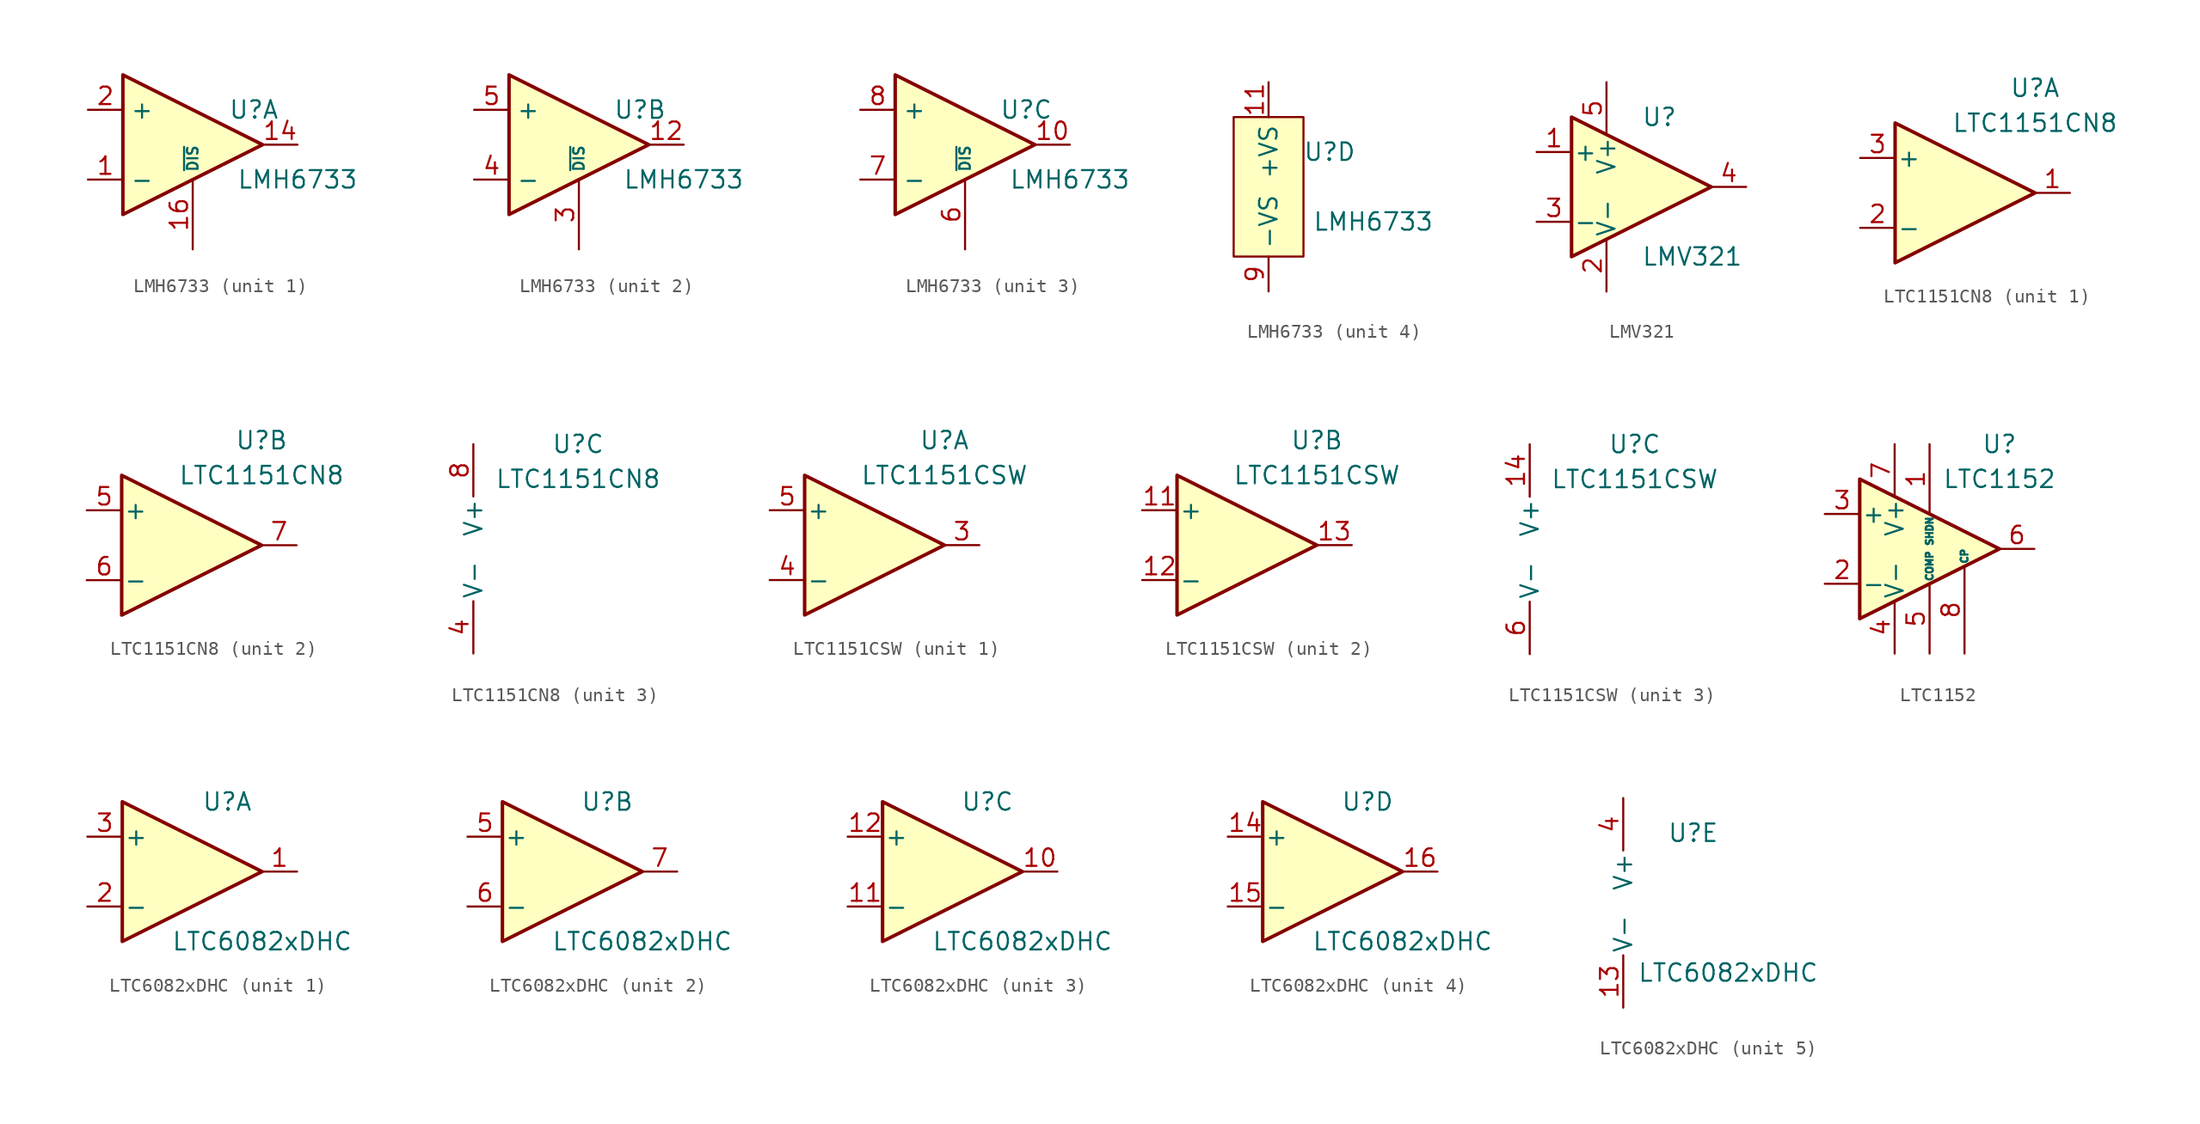
<source format=kicad_sym>
(kicad_symbol_lib
  (version 20241209)
  (generator "kicad_symbol_editor")
  (generator_version "9.0")
  (symbol "LMH6733"
    (property "Reference" "U"
      (at 4.445 2.54 0)
      (effects (font (size 1.27 1.27))))
    (property "Value" "LMH6733"
      (at 7.62 -2.54 0)
      (effects (font (size 1.27 1.27))))
    (symbol "LMH6733_1_1"
      (polyline (pts (xy -5.08 5.08) (xy 5.08 0) (xy -5.08 -5.08) (xy -5.08 5.08)) (stroke (width 0.254) (type default)) (fill (type background)))
      (pin input line (at -7.62 2.54 0) (length 2.54) (name "+" (effects (font (size 1.27 1.27)))) (number "2" (effects (font (size 1.27 1.27)))))
      (pin input line (at -7.62 -2.54 0) (length 2.54) (name "-" (effects (font (size 1.27 1.27)))) (number "1" (effects (font (size 1.27 1.27)))))
      (pin input line (at 0 -7.62 90) (length 5.08) (name "~{DIS}" (effects (font (size 0.762 0.762)))) (number "16" (effects (font (size 1.27 1.27)))))
      (pin output line (at 7.62 0 180) (length 2.54) (name "" (effects (font (size 1 1)))) (number "14" (effects (font (size 1.27 1.27))))))
    (symbol "LMH6733_2_1"
      (polyline (pts (xy -5.08 5.08) (xy 5.08 0) (xy -5.08 -5.08) (xy -5.08 5.08)) (stroke (width 0.254) (type default)) (fill (type background)))
      (pin input line (at -7.62 2.54 0) (length 2.54) (name "+" (effects (font (size 1.27 1.27)))) (number "5" (effects (font (size 1.27 1.27)))))
      (pin input line (at -7.62 -2.54 0) (length 2.54) (name "-" (effects (font (size 1.27 1.27)))) (number "4" (effects (font (size 1.27 1.27)))))
      (pin input line (at 0 -7.62 90) (length 5.08) (name "~{DIS}" (effects (font (size 0.762 0.762)))) (number "3" (effects (font (size 1.27 1.27)))))
      (pin output line (at 7.62 0 180) (length 2.54) (name "" (effects (font (size 1 1)))) (number "12" (effects (font (size 1.27 1.27))))))
    (symbol "LMH6733_3_1"
      (polyline (pts (xy -5.08 5.08) (xy 5.08 0) (xy -5.08 -5.08) (xy -5.08 5.08)) (stroke (width 0.254) (type default)) (fill (type background)))
      (pin input line (at -7.62 2.54 0) (length 2.54) (name "+" (effects (font (size 1.27 1.27)))) (number "8" (effects (font (size 1.27 1.27)))))
      (pin input line (at -7.62 -2.54 0) (length 2.54) (name "-" (effects (font (size 1.27 1.27)))) (number "7" (effects (font (size 1.27 1.27)))))
      (pin input line (at 0 -7.62 90) (length 5.08) (name "~{DIS}" (effects (font (size 0.762 0.762)))) (number "6" (effects (font (size 1.27 1.27)))))
      (pin output line (at 7.62 0 180) (length 2.54) (name "" (effects (font (size 1 1)))) (number "10" (effects (font (size 1.27 1.27))))))
    (symbol "LMH6733_4_1"
      (rectangle (start -2.54 5.08) (end 2.54 -5.08) (stroke (width 0) (type default)) (fill (type background)))
      (pin power_in line (at 0 7.62 270) (length 2.54) (name "+VS" (effects (font (size 1.27 1.27)))) (number "11" (effects (font (size 1.27 1.27)))))
      (pin passive line (at 0 7.62 270) (length 2.54) (hide yes) (name "+VS" (effects (font (size 1.27 1.27)))) (number "15" (effects (font (size 1.27 1.27)))))
      (pin passive line (at 0 -7.62 90) (length 2.54) (hide yes) (name "-VS" (effects (font (size 1.27 1.27)))) (number "13" (effects (font (size 1.27 1.27)))))
      (pin power_in line (at 0 -7.62 90) (length 2.54) (name "-VS" (effects (font (size 1.27 1.27)))) (number "9" (effects (font (size 1.27 1.27)))))))
  (symbol "LMV321"
    (pin_names
      (offset 0.127))
    (property "Reference" "U"
      (at 0 5.08 0)
      (effects (font (size 1.27 1.27)) (justify left)))
    (property "Value" "LMV321"
      (at 0 -5.08 0)
      (effects (font (size 1.27 1.27)) (justify left)))
    (symbol "LMV321_0_1"
      (polyline (pts (xy -5.08 5.08) (xy 5.08 0) (xy -5.08 -5.08) (xy -5.08 5.08)) (stroke (width 0.254) (type default)) (fill (type background)))
      (pin power_in line (at -2.54 7.62 270) (length 3.81) (name "V+" (effects (font (size 1.27 1.27)))) (number "5" (effects (font (size 1.27 1.27)))))
      (pin power_in line (at -2.54 -7.62 90) (length 3.81) (name "V-" (effects (font (size 1.27 1.27)))) (number "2" (effects (font (size 1.27 1.27))))))
    (symbol "LMV321_1_1"
      (pin input line (at -7.62 2.54 0) (length 2.54) (name "+" (effects (font (size 1.27 1.27)))) (number "1" (effects (font (size 1.27 1.27)))))
      (pin input line (at -7.62 -2.54 0) (length 2.54) (name "-" (effects (font (size 1.27 1.27)))) (number "3" (effects (font (size 1.27 1.27)))))
      (pin output line (at 7.62 0 180) (length 2.54) (name "~" (effects (font (size 1.27 1.27)))) (number "4" (effects (font (size 1.27 1.27)))))))
  (symbol "LTC1151CN8"
    (pin_names
      (offset 0.127))
    (property "Reference" "U"
      (at 5.08 7.62 0)
      (effects (font (size 1.27 1.27))))
    (property "Value" "LTC1151CN8"
      (at 5.08 5.08 0)
      (effects (font (size 1.27 1.27))))
    (property "ki_locked" ""
      (at 0 0 0)
      (effects (font (size 1.27 1.27))))
    (symbol "LTC1151CN8_1_1"
      (polyline (pts (xy -5.08 5.08) (xy -5.08 -5.08) (xy 5.08 0) (xy -5.08 5.08)) (stroke (width 0.254) (type default)) (fill (type background)))
      (pin input line (at -7.62 2.54 0) (length 2.54) (name "+" (effects (font (size 1.27 1.27)))) (number "3" (effects (font (size 1.27 1.27)))))
      (pin input line (at -7.62 -2.54 0) (length 2.54) (name "-" (effects (font (size 1.27 1.27)))) (number "2" (effects (font (size 1.27 1.27)))))
      (pin output line (at 7.62 0 180) (length 2.54) (name "~" (effects (font (size 1.27 1.27)))) (number "1" (effects (font (size 1.27 1.27))))))
    (symbol "LTC1151CN8_2_1"
      (polyline (pts (xy -5.08 5.08) (xy -5.08 -5.08) (xy 5.08 0) (xy -5.08 5.08)) (stroke (width 0.254) (type default)) (fill (type background)))
      (pin input line (at -7.62 2.54 0) (length 2.54) (name "+" (effects (font (size 1.27 1.27)))) (number "5" (effects (font (size 1.27 1.27)))))
      (pin input line (at -7.62 -2.54 0) (length 2.54) (name "-" (effects (font (size 1.27 1.27)))) (number "6" (effects (font (size 1.27 1.27)))))
      (pin output line (at 7.62 0 180) (length 2.54) (name "~" (effects (font (size 1.27 1.27)))) (number "7" (effects (font (size 1.27 1.27))))))
    (symbol "LTC1151CN8_3_1"
      (pin power_in line (at -2.54 7.62 270) (length 3.81) (name "V+" (effects (font (size 1.27 1.27)))) (number "8" (effects (font (size 1.27 1.27)))))
      (pin power_in line (at -2.54 -7.62 90) (length 3.81) (name "V-" (effects (font (size 1.27 1.27)))) (number "4" (effects (font (size 1.27 1.27)))))))
  (symbol "LTC1151CSW"
    (pin_names
      (offset 0.127))
    (property "Reference" "U"
      (at 5.08 7.62 0)
      (effects (font (size 1.27 1.27))))
    (property "Value" "LTC1151CSW"
      (at 5.08 5.08 0)
      (effects (font (size 1.27 1.27))))
    (property "ki_locked" ""
      (at 0 0 0)
      (effects (font (size 1.27 1.27))))
    (symbol "LTC1151CSW_1_1"
      (polyline (pts (xy -5.08 5.08) (xy -5.08 -5.08) (xy 5.08 0) (xy -5.08 5.08)) (stroke (width 0.254) (type default)) (fill (type background)))
      (pin input line (at -7.62 2.54 0) (length 2.54) (name "+" (effects (font (size 1.27 1.27)))) (number "5" (effects (font (size 1.27 1.27)))))
      (pin input line (at -7.62 -2.54 0) (length 2.54) (name "-" (effects (font (size 1.27 1.27)))) (number "4" (effects (font (size 1.27 1.27)))))
      (pin no_connect line (at -2.54 2.54 270) (length 2.54) (hide yes) (name "NC" (effects (font (size 1.27 1.27)))) (number "7" (effects (font (size 1.27 1.27)))))
      (pin no_connect line (at -2.54 -2.54 90) (length 2.54) (hide yes) (name "NC" (effects (font (size 1.27 1.27)))) (number "1" (effects (font (size 1.27 1.27)))))
      (pin no_connect line (at 0 2.54 270) (length 2.54) (hide yes) (name "NC" (effects (font (size 1.27 1.27)))) (number "8" (effects (font (size 1.27 1.27)))))
      (pin no_connect line (at 0 -2.54 90) (length 2.54) (hide yes) (name "NC" (effects (font (size 1.27 1.27)))) (number "2" (effects (font (size 1.27 1.27)))))
      (pin output line (at 7.62 0 180) (length 2.54) (name "~" (effects (font (size 1.27 1.27)))) (number "3" (effects (font (size 1.27 1.27))))))
    (symbol "LTC1151CSW_2_1"
      (polyline (pts (xy -5.08 5.08) (xy -5.08 -5.08) (xy 5.08 0) (xy -5.08 5.08)) (stroke (width 0.254) (type default)) (fill (type background)))
      (pin input line (at -7.62 2.54 0) (length 2.54) (name "+" (effects (font (size 1.27 1.27)))) (number "11" (effects (font (size 1.27 1.27)))))
      (pin input line (at -7.62 -2.54 0) (length 2.54) (name "-" (effects (font (size 1.27 1.27)))) (number "12" (effects (font (size 1.27 1.27)))))
      (pin no_connect line (at -2.54 2.54 270) (length 2.54) (hide yes) (name "NC" (effects (font (size 1.27 1.27)))) (number "15" (effects (font (size 1.27 1.27)))))
      (pin no_connect line (at -2.54 -2.54 90) (length 2.54) (hide yes) (name "NC" (effects (font (size 1.27 1.27)))) (number "9" (effects (font (size 1.27 1.27)))))
      (pin no_connect line (at 0 2.54 270) (length 2.54) (hide yes) (name "NC" (effects (font (size 1.27 1.27)))) (number "16" (effects (font (size 1.27 1.27)))))
      (pin no_connect line (at 0 -2.54 90) (length 2.54) (hide yes) (name "NC" (effects (font (size 1.27 1.27)))) (number "10" (effects (font (size 1.27 1.27)))))
      (pin output line (at 7.62 0 180) (length 2.54) (name "~" (effects (font (size 1.27 1.27)))) (number "13" (effects (font (size 1.27 1.27))))))
    (symbol "LTC1151CSW_3_1"
      (pin power_in line (at -2.54 7.62 270) (length 3.81) (name "V+" (effects (font (size 1.27 1.27)))) (number "14" (effects (font (size 1.27 1.27)))))
      (pin power_in line (at -2.54 -7.62 90) (length 3.81) (name "V-" (effects (font (size 1.27 1.27)))) (number "6" (effects (font (size 1.27 1.27)))))))
  (symbol "LTC1152"
    (pin_names
      (offset 0.127))
    (property "Reference" "U"
      (at 5.08 7.62 0)
      (effects (font (size 1.27 1.27))))
    (property "Value" "LTC1152"
      (at 5.08 5.08 0)
      (effects (font (size 1.27 1.27))))
    (symbol "LTC1152_0_1"
      (polyline (pts (xy -5.08 5.08) (xy -5.08 -5.08) (xy 5.08 0) (xy -5.08 5.08)) (stroke (width 0.254) (type default)) (fill (type background))))
    (symbol "LTC1152_1_1"
      (pin input line (at -7.62 2.54 0) (length 2.54) (name "+" (effects (font (size 1.27 1.27)))) (number "3" (effects (font (size 1.27 1.27)))))
      (pin input line (at -7.62 -2.54 0) (length 2.54) (name "-" (effects (font (size 1.27 1.27)))) (number "2" (effects (font (size 1.27 1.27)))))
      (pin power_in line (at -2.54 7.62 270) (length 3.81) (name "V+" (effects (font (size 1.27 1.27)))) (number "7" (effects (font (size 1.27 1.27)))))
      (pin power_in line (at -2.54 -7.62 90) (length 3.81) (name "V-" (effects (font (size 1.27 1.27)))) (number "4" (effects (font (size 1.27 1.27)))))
      (pin input line (at 0 7.62 270) (length 5.08) (name "SHDN" (effects (font (size 0.508 0.508)))) (number "1" (effects (font (size 1.27 1.27)))))
      (pin input line (at 0 -7.62 90) (length 5.08) (name "COMP" (effects (font (size 0.508 0.508)))) (number "5" (effects (font (size 1.27 1.27)))))
      (pin output line (at 2.54 -7.62 90) (length 6.35) (name "CP" (effects (font (size 0.508 0.508)))) (number "8" (effects (font (size 1.27 1.27)))))
      (pin output line (at 7.62 0 180) (length 2.54) (name "~" (effects (font (size 1.27 1.27)))) (number "6" (effects (font (size 1.27 1.27)))))))
  (symbol "LTC6082xDHC"
    (pin_names
      (offset 0.127))
    (property "Reference" "U"
      (at 2.54 5.08 0)
      (effects (font (size 1.27 1.27))))
    (property "Value" "LTC6082xDHC"
      (at 5.08 -5.08 0)
      (effects (font (size 1.27 1.27))))
    (property "ki_locked" ""
      (at 0 0 0)
      (effects (font (size 1.27 1.27))))
    (symbol "LTC6082xDHC_1_1"
      (polyline (pts (xy -5.08 5.08) (xy 5.08 0) (xy -5.08 -5.08) (xy -5.08 5.08)) (stroke (width 0.254) (type default)) (fill (type background)))
      (pin input line (at -7.62 2.54 0) (length 2.54) (name "+" (effects (font (size 1.27 1.27)))) (number "3" (effects (font (size 1.27 1.27)))))
      (pin input line (at -7.62 -2.54 0) (length 2.54) (name "-" (effects (font (size 1.27 1.27)))) (number "2" (effects (font (size 1.27 1.27)))))
      (pin no_connect line (at -2.54 -2.54 90) (length 2.54) (hide yes) (name "NC" (effects (font (size 1.27 1.27)))) (number "8" (effects (font (size 1.27 1.27)))))
      (pin no_connect line (at 0 -2.54 90) (length 2.54) (hide yes) (name "NC" (effects (font (size 1.27 1.27)))) (number "9" (effects (font (size 1.27 1.27)))))
      (pin output line (at 7.62 0 180) (length 2.54) (name "~" (effects (font (size 1.27 1.27)))) (number "1" (effects (font (size 1.27 1.27))))))
    (symbol "LTC6082xDHC_2_1"
      (polyline (pts (xy -5.08 5.08) (xy 5.08 0) (xy -5.08 -5.08) (xy -5.08 5.08)) (stroke (width 0.254) (type default)) (fill (type background)))
      (pin input line (at -7.62 2.54 0) (length 2.54) (name "+" (effects (font (size 1.27 1.27)))) (number "5" (effects (font (size 1.27 1.27)))))
      (pin input line (at -7.62 -2.54 0) (length 2.54) (name "-" (effects (font (size 1.27 1.27)))) (number "6" (effects (font (size 1.27 1.27)))))
      (pin output line (at 7.62 0 180) (length 2.54) (name "~" (effects (font (size 1.27 1.27)))) (number "7" (effects (font (size 1.27 1.27))))))
    (symbol "LTC6082xDHC_3_1"
      (polyline (pts (xy -5.08 5.08) (xy 5.08 0) (xy -5.08 -5.08) (xy -5.08 5.08)) (stroke (width 0.254) (type default)) (fill (type background)))
      (pin input line (at -7.62 2.54 0) (length 2.54) (name "+" (effects (font (size 1.27 1.27)))) (number "12" (effects (font (size 1.27 1.27)))))
      (pin input line (at -7.62 -2.54 0) (length 2.54) (name "-" (effects (font (size 1.27 1.27)))) (number "11" (effects (font (size 1.27 1.27)))))
      (pin output line (at 7.62 0 180) (length 2.54) (name "~" (effects (font (size 1.27 1.27)))) (number "10" (effects (font (size 1.27 1.27))))))
    (symbol "LTC6082xDHC_4_1"
      (polyline (pts (xy -5.08 5.08) (xy 5.08 0) (xy -5.08 -5.08) (xy -5.08 5.08)) (stroke (width 0.254) (type default)) (fill (type background)))
      (pin input line (at -7.62 2.54 0) (length 2.54) (name "+" (effects (font (size 1.27 1.27)))) (number "14" (effects (font (size 1.27 1.27)))))
      (pin input line (at -7.62 -2.54 0) (length 2.54) (name "-" (effects (font (size 1.27 1.27)))) (number "15" (effects (font (size 1.27 1.27)))))
      (pin output line (at 7.62 0 180) (length 2.54) (name "~" (effects (font (size 1.27 1.27)))) (number "16" (effects (font (size 1.27 1.27))))))
    (symbol "LTC6082xDHC_5_1"
      (pin power_in line (at -2.54 7.62 270) (length 3.81) (name "V+" (effects (font (size 1.27 1.27)))) (number "4" (effects (font (size 1.27 1.27)))))
      (pin power_in line (at -2.54 -7.62 90) (length 3.81) (name "V-" (effects (font (size 1.27 1.27)))) (number "13" (effects (font (size 1.27 1.27)))))
      (pin passive line (at -2.54 -7.62 90) (length 3.81) (hide yes) (name "V-" (effects (font (size 1.27 1.27)))) (number "17" (effects (font (size 1.27 1.27))))))))
</source>
